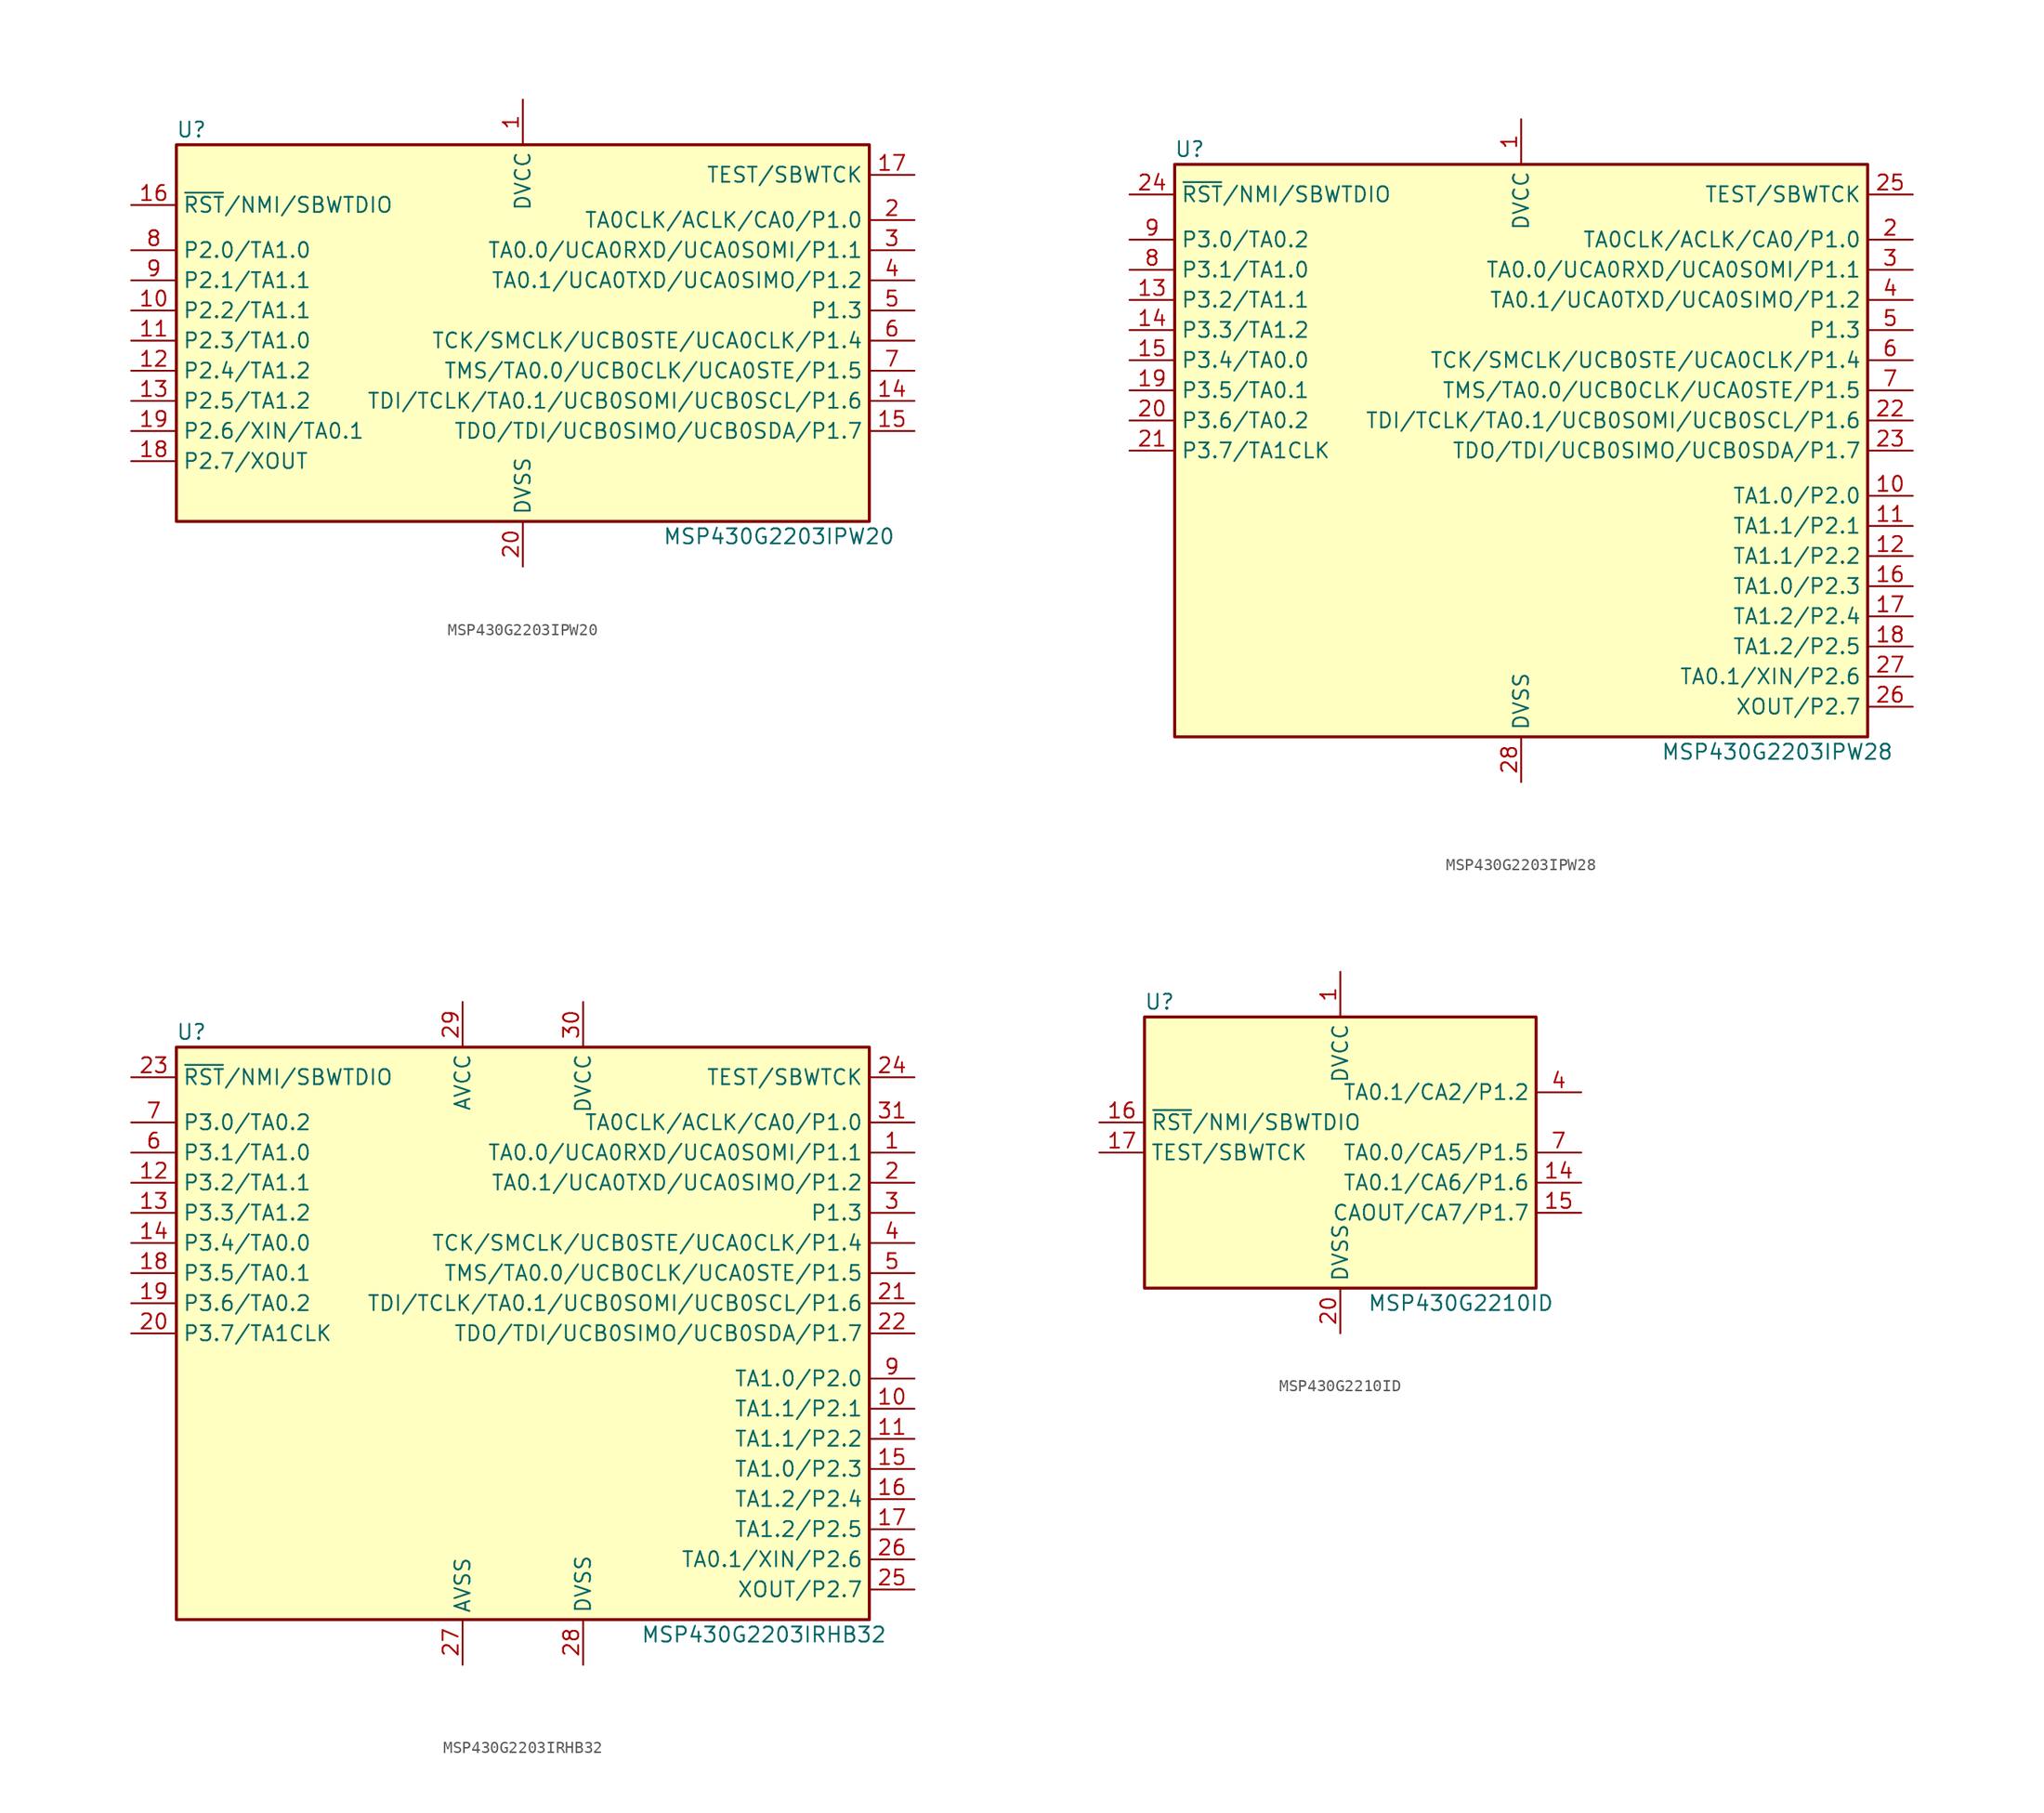
<source format=kicad_sym>
(kicad_symbol_lib
  (version 20211014)
  (generator kicad_symbol_editor)
  (symbol "MSP430G2203IPW20"
    (property "Reference" "U"
      (at -27.94 17.78 0)
      (effects (font (size 1.27 1.27))))
    (property "Value" "MSP430G2203IPW20"
      (at 21.59 -16.51 0)
      (effects (font (size 1.27 1.27))))
    (symbol "MSP430G2203IPW20_0_1"
      (rectangle (start -29.21 16.51) (end 29.21 -15.24) (stroke (width 0.254) (type default) (color 0 0 0 0)) (fill (type background))))
    (symbol "MSP430G2203IPW20_1_1"
      (pin power_in line (at 0 20.32 270) (length 3.81) (name "DVCC" (effects (font (size 1.27 1.27)))) (number "1" (effects (font (size 1.27 1.27)))))
      (pin bidirectional line (at -33.02 2.54 0) (length 3.81) (name "P2.2/TA1.1" (effects (font (size 1.27 1.27)))) (number "10" (effects (font (size 1.27 1.27)))))
      (pin bidirectional line (at -33.02 0 0) (length 3.81) (name "P2.3/TA1.0" (effects (font (size 1.27 1.27)))) (number "11" (effects (font (size 1.27 1.27)))))
      (pin bidirectional line (at -33.02 -2.54 0) (length 3.81) (name "P2.4/TA1.2" (effects (font (size 1.27 1.27)))) (number "12" (effects (font (size 1.27 1.27)))))
      (pin bidirectional line (at -33.02 -5.08 0) (length 3.81) (name "P2.5/TA1.2" (effects (font (size 1.27 1.27)))) (number "13" (effects (font (size 1.27 1.27)))))
      (pin bidirectional line (at 33.02 -5.08 180) (length 3.81) (name "TDI/TCLK/TA0.1/UCB0SOMI/UCB0SCL/P1.6" (effects (font (size 1.27 1.27)))) (number "14" (effects (font (size 1.27 1.27)))))
      (pin bidirectional line (at 33.02 -7.62 180) (length 3.81) (name "TDO/TDI/UCB0SIMO/UCB0SDA/P1.7" (effects (font (size 1.27 1.27)))) (number "15" (effects (font (size 1.27 1.27)))))
      (pin input line (at -33.02 11.43 0) (length 3.81) (name "~{RST}/NMI/SBWTDIO" (effects (font (size 1.27 1.27)))) (number "16" (effects (font (size 1.27 1.27)))))
      (pin input line (at 33.02 13.97 180) (length 3.81) (name "TEST/SBWTCK" (effects (font (size 1.27 1.27)))) (number "17" (effects (font (size 1.27 1.27)))))
      (pin bidirectional line (at -33.02 -10.16 0) (length 3.81) (name "P2.7/XOUT" (effects (font (size 1.27 1.27)))) (number "18" (effects (font (size 1.27 1.27)))))
      (pin bidirectional line (at -33.02 -7.62 0) (length 3.81) (name "P2.6/XIN/TA0.1" (effects (font (size 1.27 1.27)))) (number "19" (effects (font (size 1.27 1.27)))))
      (pin bidirectional line (at 33.02 10.16 180) (length 3.81) (name "TA0CLK/ACLK/CA0/P1.0" (effects (font (size 1.27 1.27)))) (number "2" (effects (font (size 1.27 1.27)))))
      (pin power_in line (at 0 -19.05 90) (length 3.81) (name "DVSS" (effects (font (size 1.27 1.27)))) (number "20" (effects (font (size 1.27 1.27)))))
      (pin bidirectional line (at 33.02 7.62 180) (length 3.81) (name "TA0.0/UCA0RXD/UCA0SOMI/P1.1" (effects (font (size 1.27 1.27)))) (number "3" (effects (font (size 1.27 1.27)))))
      (pin bidirectional line (at 33.02 5.08 180) (length 3.81) (name "TA0.1/UCA0TXD/UCA0SIMO/P1.2" (effects (font (size 1.27 1.27)))) (number "4" (effects (font (size 1.27 1.27)))))
      (pin bidirectional line (at 33.02 2.54 180) (length 3.81) (name "P1.3" (effects (font (size 1.27 1.27)))) (number "5" (effects (font (size 1.27 1.27)))))
      (pin bidirectional line (at 33.02 0 180) (length 3.81) (name "TCK/SMCLK/UCB0STE/UCA0CLK/P1.4" (effects (font (size 1.27 1.27)))) (number "6" (effects (font (size 1.27 1.27)))))
      (pin bidirectional line (at 33.02 -2.54 180) (length 3.81) (name "TMS/TA0.0/UCB0CLK/UCA0STE/P1.5" (effects (font (size 1.27 1.27)))) (number "7" (effects (font (size 1.27 1.27)))))
      (pin bidirectional line (at -33.02 7.62 0) (length 3.81) (name "P2.0/TA1.0" (effects (font (size 1.27 1.27)))) (number "8" (effects (font (size 1.27 1.27)))))
      (pin bidirectional line (at -33.02 5.08 0) (length 3.81) (name "P2.1/TA1.1" (effects (font (size 1.27 1.27)))) (number "9" (effects (font (size 1.27 1.27)))))))
  (symbol "MSP430G2203IPW28"
    (property "Reference" "U"
      (at -27.94 25.4 0)
      (effects (font (size 1.27 1.27))))
    (property "Value" "MSP430G2203IPW28"
      (at 21.59 -25.4 0)
      (effects (font (size 1.27 1.27))))
    (symbol "MSP430G2203IPW28_0_1"
      (rectangle (start -29.21 24.13) (end 29.21 -24.13) (stroke (width 0.254) (type default) (color 0 0 0 0)) (fill (type background))))
    (symbol "MSP430G2203IPW28_1_1"
      (pin power_in line (at 0 27.94 270) (length 3.81) (name "DVCC" (effects (font (size 1.27 1.27)))) (number "1" (effects (font (size 1.27 1.27)))))
      (pin bidirectional line (at 33.02 -3.81 180) (length 3.81) (name "TA1.0/P2.0" (effects (font (size 1.27 1.27)))) (number "10" (effects (font (size 1.27 1.27)))))
      (pin bidirectional line (at 33.02 -6.35 180) (length 3.81) (name "TA1.1/P2.1" (effects (font (size 1.27 1.27)))) (number "11" (effects (font (size 1.27 1.27)))))
      (pin bidirectional line (at 33.02 -8.89 180) (length 3.81) (name "TA1.1/P2.2" (effects (font (size 1.27 1.27)))) (number "12" (effects (font (size 1.27 1.27)))))
      (pin bidirectional line (at -33.02 12.7 0) (length 3.81) (name "P3.2/TA1.1" (effects (font (size 1.27 1.27)))) (number "13" (effects (font (size 1.27 1.27)))))
      (pin bidirectional line (at -33.02 10.16 0) (length 3.81) (name "P3.3/TA1.2" (effects (font (size 1.27 1.27)))) (number "14" (effects (font (size 1.27 1.27)))))
      (pin bidirectional line (at -33.02 7.62 0) (length 3.81) (name "P3.4/TA0.0" (effects (font (size 1.27 1.27)))) (number "15" (effects (font (size 1.27 1.27)))))
      (pin bidirectional line (at 33.02 -11.43 180) (length 3.81) (name "TA1.0/P2.3" (effects (font (size 1.27 1.27)))) (number "16" (effects (font (size 1.27 1.27)))))
      (pin bidirectional line (at 33.02 -13.97 180) (length 3.81) (name "TA1.2/P2.4" (effects (font (size 1.27 1.27)))) (number "17" (effects (font (size 1.27 1.27)))))
      (pin bidirectional line (at 33.02 -16.51 180) (length 3.81) (name "TA1.2/P2.5" (effects (font (size 1.27 1.27)))) (number "18" (effects (font (size 1.27 1.27)))))
      (pin bidirectional line (at -33.02 5.08 0) (length 3.81) (name "P3.5/TA0.1" (effects (font (size 1.27 1.27)))) (number "19" (effects (font (size 1.27 1.27)))))
      (pin bidirectional line (at 33.02 17.78 180) (length 3.81) (name "TA0CLK/ACLK/CA0/P1.0" (effects (font (size 1.27 1.27)))) (number "2" (effects (font (size 1.27 1.27)))))
      (pin bidirectional line (at -33.02 2.54 0) (length 3.81) (name "P3.6/TA0.2" (effects (font (size 1.27 1.27)))) (number "20" (effects (font (size 1.27 1.27)))))
      (pin bidirectional line (at -33.02 0 0) (length 3.81) (name "P3.7/TA1CLK" (effects (font (size 1.27 1.27)))) (number "21" (effects (font (size 1.27 1.27)))))
      (pin bidirectional line (at 33.02 2.54 180) (length 3.81) (name "TDI/TCLK/TA0.1/UCB0SOMI/UCB0SCL/P1.6" (effects (font (size 1.27 1.27)))) (number "22" (effects (font (size 1.27 1.27)))))
      (pin bidirectional line (at 33.02 0 180) (length 3.81) (name "TDO/TDI/UCB0SIMO/UCB0SDA/P1.7" (effects (font (size 1.27 1.27)))) (number "23" (effects (font (size 1.27 1.27)))))
      (pin input line (at -33.02 21.59 0) (length 3.81) (name "~{RST}/NMI/SBWTDIO" (effects (font (size 1.27 1.27)))) (number "24" (effects (font (size 1.27 1.27)))))
      (pin input line (at 33.02 21.59 180) (length 3.81) (name "TEST/SBWTCK" (effects (font (size 1.27 1.27)))) (number "25" (effects (font (size 1.27 1.27)))))
      (pin bidirectional line (at 33.02 -21.59 180) (length 3.81) (name "XOUT/P2.7" (effects (font (size 1.27 1.27)))) (number "26" (effects (font (size 1.27 1.27)))))
      (pin bidirectional line (at 33.02 -19.05 180) (length 3.81) (name "TA0.1/XIN/P2.6" (effects (font (size 1.27 1.27)))) (number "27" (effects (font (size 1.27 1.27)))))
      (pin power_in line (at 0 -27.94 90) (length 3.81) (name "DVSS" (effects (font (size 1.27 1.27)))) (number "28" (effects (font (size 1.27 1.27)))))
      (pin bidirectional line (at 33.02 15.24 180) (length 3.81) (name "TA0.0/UCA0RXD/UCA0SOMI/P1.1" (effects (font (size 1.27 1.27)))) (number "3" (effects (font (size 1.27 1.27)))))
      (pin bidirectional line (at 33.02 12.7 180) (length 3.81) (name "TA0.1/UCA0TXD/UCA0SIMO/P1.2" (effects (font (size 1.27 1.27)))) (number "4" (effects (font (size 1.27 1.27)))))
      (pin bidirectional line (at 33.02 10.16 180) (length 3.81) (name "P1.3" (effects (font (size 1.27 1.27)))) (number "5" (effects (font (size 1.27 1.27)))))
      (pin bidirectional line (at 33.02 7.62 180) (length 3.81) (name "TCK/SMCLK/UCB0STE/UCA0CLK/P1.4" (effects (font (size 1.27 1.27)))) (number "6" (effects (font (size 1.27 1.27)))))
      (pin bidirectional line (at 33.02 5.08 180) (length 3.81) (name "TMS/TA0.0/UCB0CLK/UCA0STE/P1.5" (effects (font (size 1.27 1.27)))) (number "7" (effects (font (size 1.27 1.27)))))
      (pin bidirectional line (at -33.02 15.24 0) (length 3.81) (name "P3.1/TA1.0" (effects (font (size 1.27 1.27)))) (number "8" (effects (font (size 1.27 1.27)))))
      (pin bidirectional line (at -33.02 17.78 0) (length 3.81) (name "P3.0/TA0.2" (effects (font (size 1.27 1.27)))) (number "9" (effects (font (size 1.27 1.27)))))))
  (symbol "MSP430G2203IRHB32"
    (property "Reference" "U"
      (at -27.94 25.4 0)
      (effects (font (size 1.27 1.27))))
    (property "Value" "MSP430G2203IRHB32"
      (at 20.32 -25.4 0)
      (effects (font (size 1.27 1.27))))
    (symbol "MSP430G2203IRHB32_0_1"
      (rectangle (start -29.21 24.13) (end 29.21 -24.13) (stroke (width 0.254) (type default) (color 0 0 0 0)) (fill (type background))))
    (symbol "MSP430G2203IRHB32_1_1"
      (pin bidirectional line (at 33.02 15.24 180) (length 3.81) (name "TA0.0/UCA0RXD/UCA0SOMI/P1.1" (effects (font (size 1.27 1.27)))) (number "1" (effects (font (size 1.27 1.27)))))
      (pin bidirectional line (at 33.02 -6.35 180) (length 3.81) (name "TA1.1/P2.1" (effects (font (size 1.27 1.27)))) (number "10" (effects (font (size 1.27 1.27)))))
      (pin bidirectional line (at 33.02 -8.89 180) (length 3.81) (name "TA1.1/P2.2" (effects (font (size 1.27 1.27)))) (number "11" (effects (font (size 1.27 1.27)))))
      (pin bidirectional line (at -33.02 12.7 0) (length 3.81) (name "P3.2/TA1.1" (effects (font (size 1.27 1.27)))) (number "12" (effects (font (size 1.27 1.27)))))
      (pin bidirectional line (at -33.02 10.16 0) (length 3.81) (name "P3.3/TA1.2" (effects (font (size 1.27 1.27)))) (number "13" (effects (font (size 1.27 1.27)))))
      (pin bidirectional line (at -33.02 7.62 0) (length 3.81) (name "P3.4/TA0.0" (effects (font (size 1.27 1.27)))) (number "14" (effects (font (size 1.27 1.27)))))
      (pin bidirectional line (at 33.02 -11.43 180) (length 3.81) (name "TA1.0/P2.3" (effects (font (size 1.27 1.27)))) (number "15" (effects (font (size 1.27 1.27)))))
      (pin bidirectional line (at 33.02 -13.97 180) (length 3.81) (name "TA1.2/P2.4" (effects (font (size 1.27 1.27)))) (number "16" (effects (font (size 1.27 1.27)))))
      (pin bidirectional line (at 33.02 -16.51 180) (length 3.81) (name "TA1.2/P2.5" (effects (font (size 1.27 1.27)))) (number "17" (effects (font (size 1.27 1.27)))))
      (pin bidirectional line (at -33.02 5.08 0) (length 3.81) (name "P3.5/TA0.1" (effects (font (size 1.27 1.27)))) (number "18" (effects (font (size 1.27 1.27)))))
      (pin bidirectional line (at -33.02 2.54 0) (length 3.81) (name "P3.6/TA0.2" (effects (font (size 1.27 1.27)))) (number "19" (effects (font (size 1.27 1.27)))))
      (pin bidirectional line (at 33.02 12.7 180) (length 3.81) (name "TA0.1/UCA0TXD/UCA0SIMO/P1.2" (effects (font (size 1.27 1.27)))) (number "2" (effects (font (size 1.27 1.27)))))
      (pin bidirectional line (at -33.02 0 0) (length 3.81) (name "P3.7/TA1CLK" (effects (font (size 1.27 1.27)))) (number "20" (effects (font (size 1.27 1.27)))))
      (pin bidirectional line (at 33.02 2.54 180) (length 3.81) (name "TDI/TCLK/TA0.1/UCB0SOMI/UCB0SCL/P1.6" (effects (font (size 1.27 1.27)))) (number "21" (effects (font (size 1.27 1.27)))))
      (pin bidirectional line (at 33.02 0 180) (length 3.81) (name "TDO/TDI/UCB0SIMO/UCB0SDA/P1.7" (effects (font (size 1.27 1.27)))) (number "22" (effects (font (size 1.27 1.27)))))
      (pin input line (at -33.02 21.59 0) (length 3.81) (name "~{RST}/NMI/SBWTDIO" (effects (font (size 1.27 1.27)))) (number "23" (effects (font (size 1.27 1.27)))))
      (pin input line (at 33.02 21.59 180) (length 3.81) (name "TEST/SBWTCK" (effects (font (size 1.27 1.27)))) (number "24" (effects (font (size 1.27 1.27)))))
      (pin bidirectional line (at 33.02 -21.59 180) (length 3.81) (name "XOUT/P2.7" (effects (font (size 1.27 1.27)))) (number "25" (effects (font (size 1.27 1.27)))))
      (pin bidirectional line (at 33.02 -19.05 180) (length 3.81) (name "TA0.1/XIN/P2.6" (effects (font (size 1.27 1.27)))) (number "26" (effects (font (size 1.27 1.27)))))
      (pin power_in line (at -5.08 -27.94 90) (length 3.81) (name "AVSS" (effects (font (size 1.27 1.27)))) (number "27" (effects (font (size 1.27 1.27)))))
      (pin power_in line (at 5.08 -27.94 90) (length 3.81) (name "DVSS" (effects (font (size 1.27 1.27)))) (number "28" (effects (font (size 1.27 1.27)))))
      (pin power_in line (at -5.08 27.94 270) (length 3.81) (name "AVCC" (effects (font (size 1.27 1.27)))) (number "29" (effects (font (size 1.27 1.27)))))
      (pin bidirectional line (at 33.02 10.16 180) (length 3.81) (name "P1.3" (effects (font (size 1.27 1.27)))) (number "3" (effects (font (size 1.27 1.27)))))
      (pin power_in line (at 5.08 27.94 270) (length 3.81) (name "DVCC" (effects (font (size 1.27 1.27)))) (number "30" (effects (font (size 1.27 1.27)))))
      (pin bidirectional line (at 33.02 17.78 180) (length 3.81) (name "TA0CLK/ACLK/CA0/P1.0" (effects (font (size 1.27 1.27)))) (number "31" (effects (font (size 1.27 1.27)))))
      (pin bidirectional line (at 33.02 7.62 180) (length 3.81) (name "TCK/SMCLK/UCB0STE/UCA0CLK/P1.4" (effects (font (size 1.27 1.27)))) (number "4" (effects (font (size 1.27 1.27)))))
      (pin bidirectional line (at 33.02 5.08 180) (length 3.81) (name "TMS/TA0.0/UCB0CLK/UCA0STE/P1.5" (effects (font (size 1.27 1.27)))) (number "5" (effects (font (size 1.27 1.27)))))
      (pin bidirectional line (at -33.02 15.24 0) (length 3.81) (name "P3.1/TA1.0" (effects (font (size 1.27 1.27)))) (number "6" (effects (font (size 1.27 1.27)))))
      (pin bidirectional line (at -33.02 17.78 0) (length 3.81) (name "P3.0/TA0.2" (effects (font (size 1.27 1.27)))) (number "7" (effects (font (size 1.27 1.27)))))
      (pin bidirectional line (at 33.02 -3.81 180) (length 3.81) (name "TA1.0/P2.0" (effects (font (size 1.27 1.27)))) (number "9" (effects (font (size 1.27 1.27)))))))
  (symbol "MSP430G2210ID"
    (property "Reference" "U"
      (at -15.24 12.7 0)
      (effects (font (size 1.27 1.27))))
    (property "Value" "MSP430G2210ID"
      (at 10.16 -12.7 0)
      (effects (font (size 1.27 1.27))))
    (symbol "MSP430G2210ID_0_1"
      (rectangle (start -16.51 11.43) (end 16.51 -11.43) (stroke (width 0.254) (type default) (color 0 0 0 0)) (fill (type background))))
    (symbol "MSP430G2210ID_1_1"
      (pin power_in line (at 0 15.24 270) (length 3.81) (name "DVCC" (effects (font (size 1.27 1.27)))) (number "1" (effects (font (size 1.27 1.27)))))
      (pin bidirectional line (at 20.32 -2.54 180) (length 3.81) (name "TA0.1/CA6/P1.6" (effects (font (size 1.27 1.27)))) (number "14" (effects (font (size 1.27 1.27)))))
      (pin bidirectional line (at 20.32 -5.08 180) (length 3.81) (name "CAOUT/CA7/P1.7" (effects (font (size 1.27 1.27)))) (number "15" (effects (font (size 1.27 1.27)))))
      (pin input line (at -20.32 2.54 0) (length 3.81) (name "~{RST}/NMI/SBWTDIO" (effects (font (size 1.27 1.27)))) (number "16" (effects (font (size 1.27 1.27)))))
      (pin input line (at -20.32 0 0) (length 3.81) (name "TEST/SBWTCK" (effects (font (size 1.27 1.27)))) (number "17" (effects (font (size 1.27 1.27)))))
      (pin power_in line (at 0 -15.24 90) (length 3.81) (name "DVSS" (effects (font (size 1.27 1.27)))) (number "20" (effects (font (size 1.27 1.27)))))
      (pin bidirectional line (at 20.32 5.08 180) (length 3.81) (name "TA0.1/CA2/P1.2" (effects (font (size 1.27 1.27)))) (number "4" (effects (font (size 1.27 1.27)))))
      (pin bidirectional line (at 20.32 0 180) (length 3.81) (name "TA0.0/CA5/P1.5" (effects (font (size 1.27 1.27)))) (number "7" (effects (font (size 1.27 1.27))))))))
</source>
